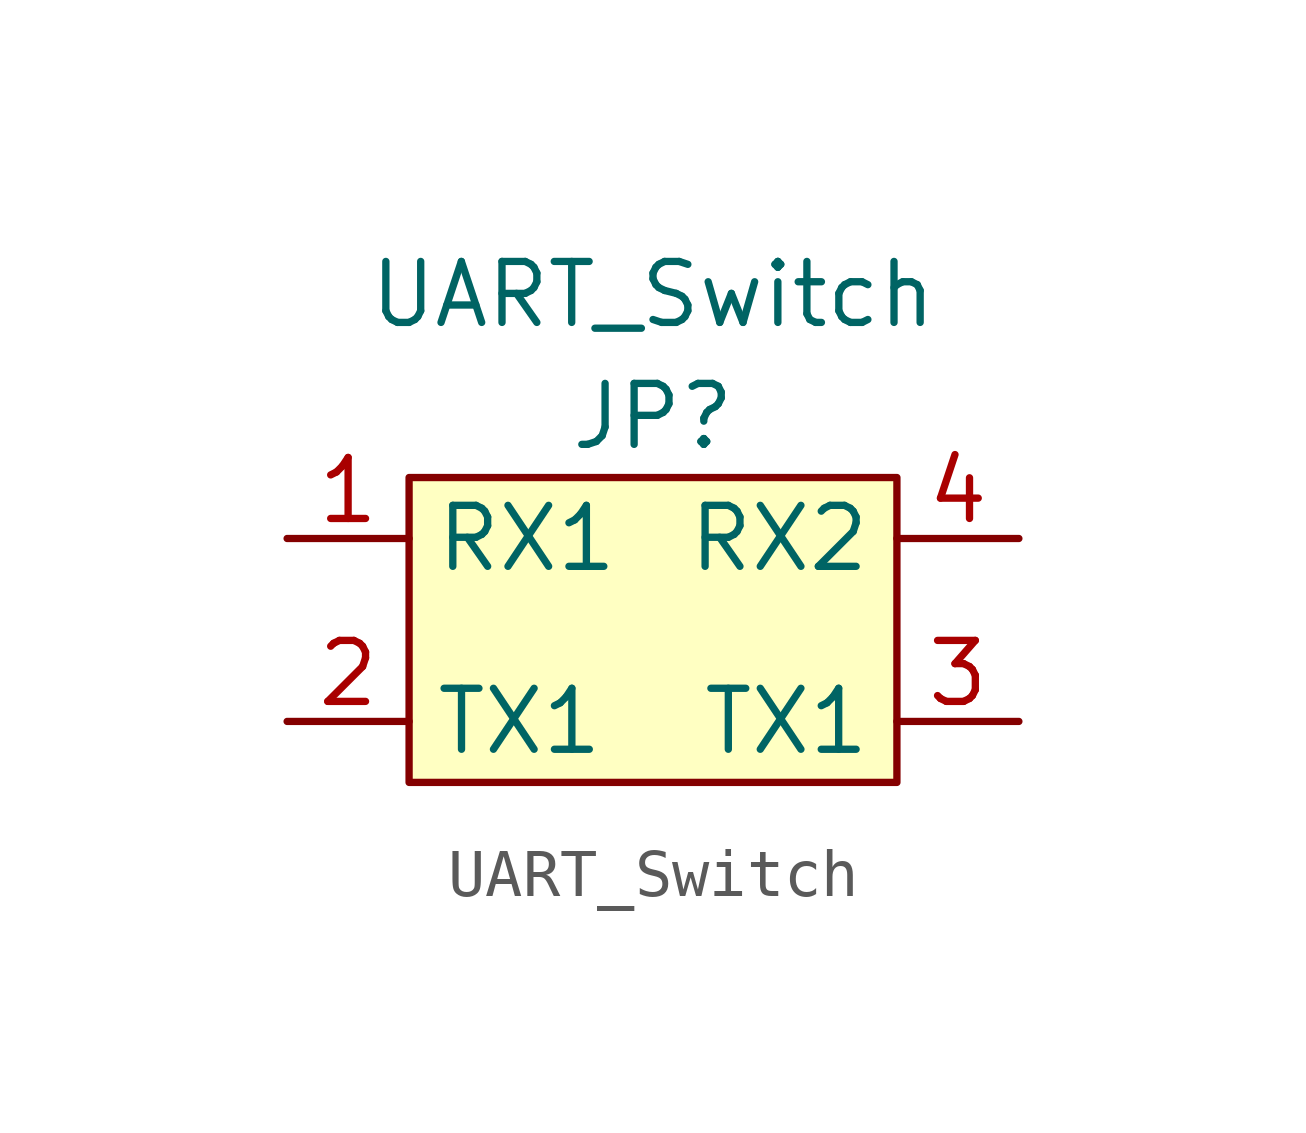
<source format=kicad_sym>
(kicad_symbol_lib
  (version 20220914)
  (generator kicad_symbol_editor)
  (symbol "UART_Switch"
    (property "Reference" "JP"
      (at 0 5.08 0)
      (effects (font (size 1.27 1.27))))
    (property "Value" "UART_Switch"
      (at 0 7.62 0)
      (effects (font (size 1.27 1.27))))
    (symbol "UART_Switch_0_1"
      (rectangle (start -5.08 3.81) (end 5.08 -2.54) (stroke (width 0) (type default)) (fill (type background))))
    (symbol "UART_Switch_1_1"
      (pin bidirectional line (at -7.62 2.54 0) (length 2.54) (name "RX1" (effects (font (size 1.27 1.27)))) (number "1" (effects (font (size 1.27 1.27)))))
      (pin bidirectional line (at -7.62 -1.27 0) (length 2.54) (name "TX1" (effects (font (size 1.27 1.27)))) (number "2" (effects (font (size 1.27 1.27)))))
      (pin bidirectional line (at 7.62 -1.27 180) (length 2.54) (name "TX1" (effects (font (size 1.27 1.27)))) (number "3" (effects (font (size 1.27 1.27)))))
      (pin bidirectional line (at 7.62 2.54 180) (length 2.54) (name "RX2" (effects (font (size 1.27 1.27)))) (number "4" (effects (font (size 1.27 1.27))))))))
</source>
